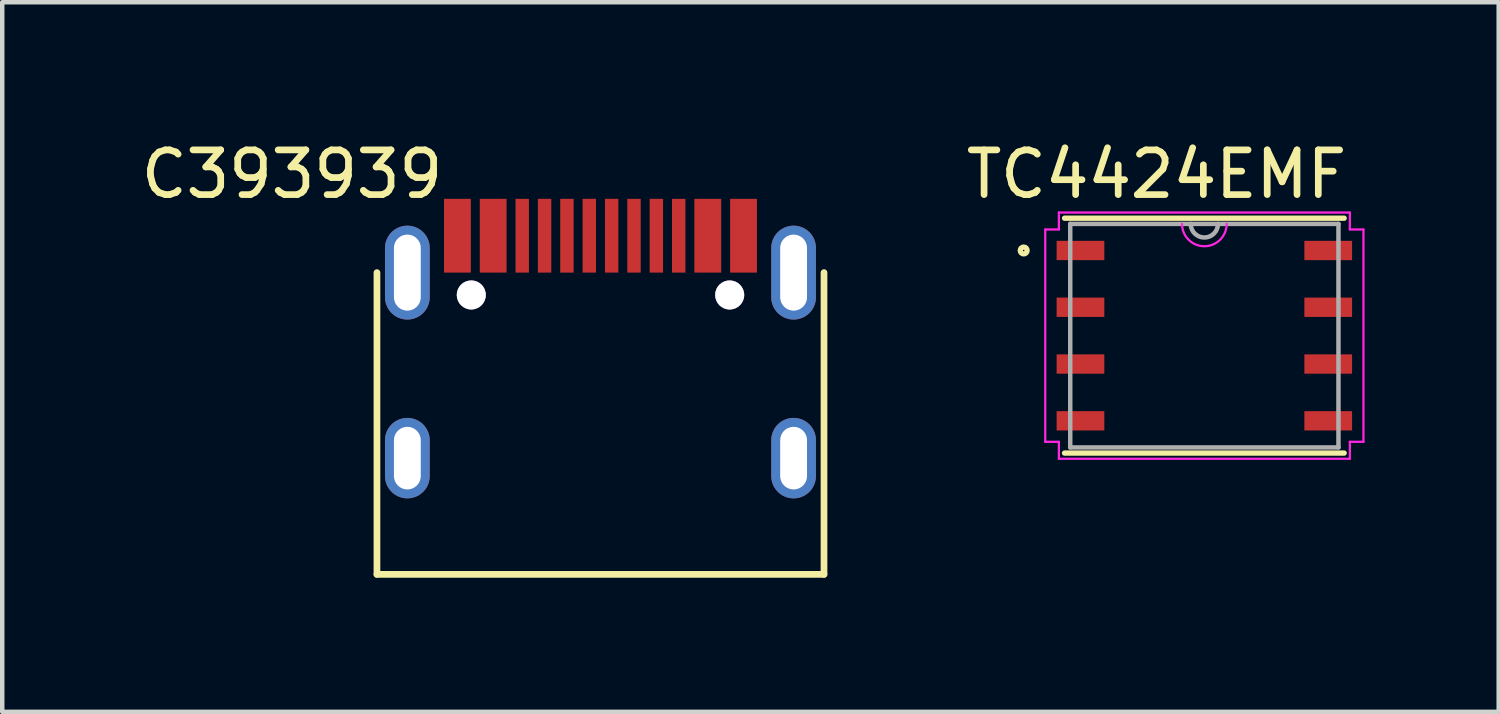
<source format=kicad_pcb>
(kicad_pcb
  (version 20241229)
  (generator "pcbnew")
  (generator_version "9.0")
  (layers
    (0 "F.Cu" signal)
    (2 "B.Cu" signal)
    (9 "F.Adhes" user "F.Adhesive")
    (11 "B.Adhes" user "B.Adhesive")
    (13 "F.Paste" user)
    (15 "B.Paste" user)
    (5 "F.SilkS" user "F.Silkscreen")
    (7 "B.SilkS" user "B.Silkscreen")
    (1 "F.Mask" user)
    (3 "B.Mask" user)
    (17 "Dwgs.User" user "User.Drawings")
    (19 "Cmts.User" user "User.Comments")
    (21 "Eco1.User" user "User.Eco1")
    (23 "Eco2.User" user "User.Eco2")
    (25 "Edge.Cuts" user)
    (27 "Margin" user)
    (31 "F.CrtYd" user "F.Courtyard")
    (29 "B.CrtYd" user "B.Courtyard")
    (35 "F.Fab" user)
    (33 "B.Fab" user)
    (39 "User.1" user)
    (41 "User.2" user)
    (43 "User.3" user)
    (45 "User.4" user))
  (footprint "TC4424EMF"
    (layer "F.Cu")
    (at 23.89 4.458)
    (property "Reference" "TC4424EMF" (at -1.07 -3.61 0) (layer "F.SilkS") (effects (font (size 1 1) (thickness 0.15))))
    (attr through_hole)
    (fp_line (start -3.127 2.627) (end 3.127 2.627) (stroke (width 0.12) (type solid)) (layer "F.SilkS"))
    (fp_line (start 3.127 -2.627) (end -3.127 -2.627) (stroke (width 0.12) (type solid)) (layer "F.SilkS"))
    (fp_circle (center -4.041 -1.905) (end -3.965 -1.905) (stroke (width 0.12) (type solid)) (fill no) (layer "F.SilkS"))
    (fp_line (start -3.559 -2.375) (end -3.254 -2.375) (stroke (width 0.05) (type solid)) (layer "F.CrtYd"))
    (fp_line (start -3.559 2.375) (end -3.559 -2.375) (stroke (width 0.05) (type solid)) (layer "F.CrtYd"))
    (fp_line (start -3.254 -2.754) (end 3.254 -2.754) (stroke (width 0.05) (type solid)) (layer "F.CrtYd"))
    (fp_line (start -3.254 -2.375) (end -3.254 -2.754) (stroke (width 0.05) (type solid)) (layer "F.CrtYd"))
    (fp_line (start -3.254 2.375) (end -3.559 2.375) (stroke (width 0.05) (type solid)) (layer "F.CrtYd"))
    (fp_line (start -3.254 2.754) (end -3.254 2.375) (stroke (width 0.05) (type solid)) (layer "F.CrtYd"))
    (fp_line (start 3.254 -2.754) (end 3.254 -2.375) (stroke (width 0.05) (type solid)) (layer "F.CrtYd"))
    (fp_line (start 3.254 -2.375) (end 3.559 -2.375) (stroke (width 0.05) (type solid)) (layer "F.CrtYd"))
    (fp_line (start 3.254 2.375) (end 3.254 2.754) (stroke (width 0.05) (type solid)) (layer "F.CrtYd"))
    (fp_line (start 3.254 2.754) (end -3.254 2.754) (stroke (width 0.05) (type solid)) (layer "F.CrtYd"))
    (fp_line (start 3.559 -2.375) (end 3.559 2.375) (stroke (width 0.05) (type solid)) (layer "F.CrtYd"))
    (fp_line (start 3.559 2.375) (end 3.254 2.375) (stroke (width 0.05) (type solid)) (layer "F.CrtYd"))
    (fp_arc (start 0.5 -2.5) (mid 0 -2) (end -0.5 -2.5) (stroke (width 0.05) (type solid)) (layer "F.CrtYd"))
    (fp_line (start -3 -2.5) (end -3 2.5) (stroke (width 0.1) (type solid)) (layer "F.Fab"))
    (fp_line (start -3 2.5) (end 3 2.5) (stroke (width 0.1) (type solid)) (layer "F.Fab"))
    (fp_line (start 3 -2.5) (end -3 -2.5) (stroke (width 0.1) (type solid)) (layer "F.Fab"))
    (fp_line (start 3 2.5) (end 3 -2.5) (stroke (width 0.1) (type solid)) (layer "F.Fab"))
    (fp_arc (start 0.3048 -2.5) (mid 0 -2.1952) (end -0.3048 -2.5) (stroke (width 0.1) (type solid)) (layer "F.Fab"))
    (pad "1" smd rect (at -2.771 -1.905) (size 1.067 0.432) (layers "F.Cu" "F.Mask" "F.Paste"))
    (pad "2" smd rect (at -2.771 -0.635) (size 1.067 0.432) (layers "F.Cu" "F.Mask" "F.Paste"))
    (pad "3" smd rect (at -2.771 0.635) (size 1.067 0.432) (layers "F.Cu" "F.Mask" "F.Paste"))
    (pad "4" smd rect (at -2.771 1.905) (size 1.067 0.432) (layers "F.Cu" "F.Mask" "F.Paste"))
    (pad "5" smd rect (at 2.771 1.905) (size 1.067 0.432) (layers "F.Cu" "F.Mask" "F.Paste"))
    (pad "6" smd rect (at 2.771 0.635) (size 1.067 0.432) (layers "F.Cu" "F.Mask" "F.Paste"))
    (pad "7" smd rect (at 2.771 -0.635) (size 1.067 0.432) (layers "F.Cu" "F.Mask" "F.Paste"))
    (pad "8" smd rect (at 2.771 -1.905) (size 1.067 0.432) (layers "F.Cu" "F.Mask" "F.Paste")))
  (footprint "C393939"
    (layer "F.Cu")
    (at 10.382 3.048)
    (property "Reference" "C393939" (at -6.9 -2.2 0) (layer "F.SilkS") (effects (font (size 1 1) (thickness 0.15))))
    (attr through_hole)
    (fp_line (start -5 0) (end -5 6.75) (stroke (width 0.15) (type solid)) (layer "F.SilkS"))
    (fp_line (start -5 6.75) (end 5 6.75) (stroke (width 0.15) (type solid)) (layer "F.SilkS"))
    (fp_line (start 5 6.75) (end 5 0) (stroke (width 0.15) (type solid)) (layer "F.SilkS"))
    (pad "" thru_hole circle (at -2.89 0.5) (size 0.65 0.65) (drill 0.65) (layers "*.Cu" "*.Mask"))
    (pad "" thru_hole circle (at 2.89 0.5) (size 0.65 0.65) (drill 0.65) (layers "*.Cu" "*.Mask"))
    (pad "A1" smd rect (at -3.2 -0.825) (size 0.6 1.65) (layers "F.Cu" "F.Mask" "F.Paste"))
    (pad "A1" smd rect (at 3.2 -0.825) (size 0.6 1.65) (layers "F.Cu" "F.Mask" "F.Paste"))
    (pad "A4" smd rect (at -2.4 -0.825) (size 0.6 1.65) (layers "F.Cu" "F.Mask" "F.Paste"))
    (pad "A4" smd rect (at 2.4 -0.825) (size 0.6 1.65) (layers "F.Cu" "F.Mask" "F.Paste"))
    (pad "A5" smd rect (at -1.25 -0.825) (size 0.3 1.65) (layers "F.Cu" "F.Mask" "F.Paste"))
    (pad "A6" smd rect (at -0.25 -0.825) (size 0.3 1.65) (layers "F.Cu" "F.Mask" "F.Paste"))
    (pad "A6" smd rect (at 0.75 -0.825) (size 0.3 1.65) (layers "F.Cu" "F.Mask" "F.Paste"))
    (pad "A7" smd rect (at -0.75 -0.825) (size 0.3 1.65) (layers "F.Cu" "F.Mask" "F.Paste"))
    (pad "A7" smd rect (at 0.25 -0.825) (size 0.3 1.65) (layers "F.Cu" "F.Mask" "F.Paste"))
    (pad "A8" smd rect (at -1.75 -0.825) (size 0.3 1.65) (layers "F.Cu" "F.Mask" "F.Paste"))
    (pad "B5" smd rect (at 1.75 -0.825) (size 0.3 1.65) (layers "F.Cu" "F.Mask" "F.Paste"))
    (pad "B8" smd rect (at 1.25 -0.825) (size 0.3 1.65) (layers "F.Cu" "F.Mask" "F.Paste"))
    (pad "S1" thru_hole oval (at -4.32 0) (size 1 2.1) (drill oval 0.6 1.7) (layers "*.Cu" "*.Mask"))
    (pad "S1" thru_hole oval (at -4.32 4.15) (size 1 1.8) (drill oval 0.6 1.4) (layers "*.Cu" "*.Mask"))
    (pad "S1" thru_hole oval (at 4.32 0) (size 1 2.1) (drill oval 0.6 1.7) (layers "*.Cu" "*.Mask"))
    (pad "S1" thru_hole oval (at 4.32 4.15) (size 1 1.8) (drill oval 0.6 1.4) (layers "*.Cu" "*.Mask")))
  (gr_rect
    (start -3 -3)
    (end 30.474 12.873)
    (stroke (width 0.1) (type default))
    (fill no)
    (layer "Edge.Cuts")))
</source>
